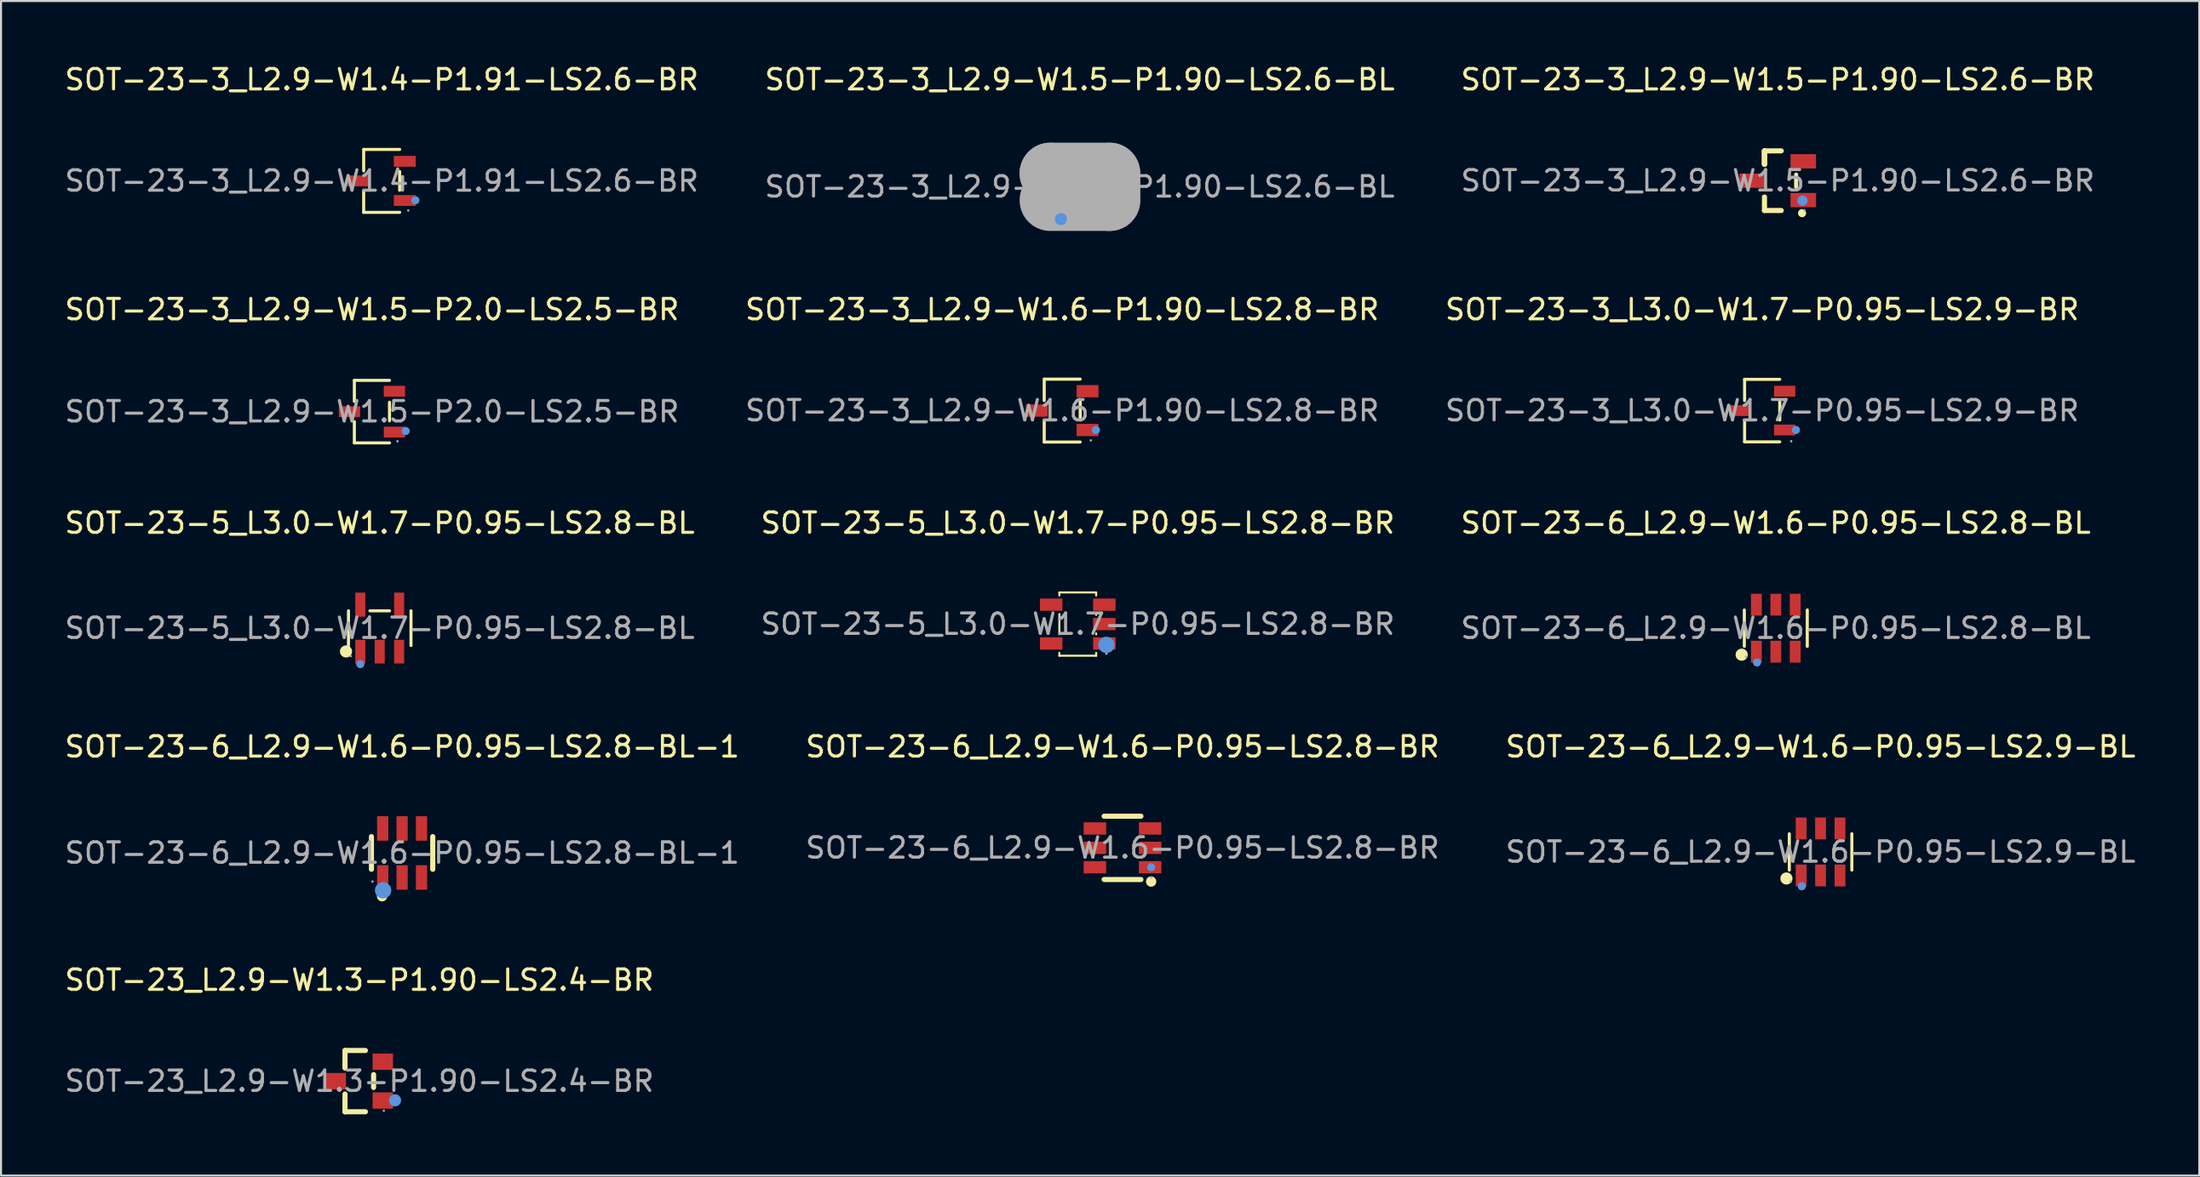
<source format=kicad_pcb>
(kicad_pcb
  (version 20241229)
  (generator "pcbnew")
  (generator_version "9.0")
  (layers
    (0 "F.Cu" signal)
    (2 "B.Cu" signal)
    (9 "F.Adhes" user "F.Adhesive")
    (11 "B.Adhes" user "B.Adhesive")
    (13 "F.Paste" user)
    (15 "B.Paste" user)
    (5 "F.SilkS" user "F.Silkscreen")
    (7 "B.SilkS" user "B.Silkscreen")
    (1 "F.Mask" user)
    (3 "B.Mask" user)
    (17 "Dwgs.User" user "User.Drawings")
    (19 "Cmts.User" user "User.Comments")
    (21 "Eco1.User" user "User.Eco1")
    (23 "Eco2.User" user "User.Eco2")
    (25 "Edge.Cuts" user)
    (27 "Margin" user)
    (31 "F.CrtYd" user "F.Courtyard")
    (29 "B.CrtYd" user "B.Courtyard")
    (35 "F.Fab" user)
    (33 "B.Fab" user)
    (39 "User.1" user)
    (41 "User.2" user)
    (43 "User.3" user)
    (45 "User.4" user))
  (footprint "SOT-23-6_L2.9-W1.6-P0.95-LS2.8-BL"
    (layer "F.Cu")
    (at 83.839 27.71)
    (property "Reference" "SOT-23-6_L2.9-W1.6-P0.95-LS2.8-BL" (at 0 -5.15 0) (layer "F.SilkS") (effects (font (size 1 1) (thickness 0.15))))
    (attr smd)
    (fp_line (start -1.54 0.89) (end -1.54 -0.89) (stroke (width 0.15) (type solid)) (layer "F.SilkS"))
    (fp_line (start 1.54 0.89) (end 1.54 -0.89) (stroke (width 0.15) (type solid)) (layer "F.SilkS"))
    (fp_circle (center -1.67 1.3) (end -1.52 1.3) (stroke (width 0.3) (type solid)) (fill no) (layer "F.SilkS"))
    (fp_circle (center -0.92 1.68) (end -0.82 1.68) (stroke (width 0.2) (type solid)) (fill no) (layer "Cmts.User"))
    (fp_circle (center -1.46 1.4) (end -1.43 1.4) (stroke (width 0.06) (type solid)) (fill no) (layer "F.Fab"))
    (fp_text user "${REFERENCE}" (at 0 0 0) (layer "F.Fab") (effects (font (size 1 1) (thickness 0.15))))
    (pad "1" smd rect (at -0.95 1.15) (size 0.53 1.07) (layers "F.Cu" "F.Mask" "F.Paste"))
    (pad "2" smd rect (at 0 1.15) (size 0.53 1.07) (layers "F.Cu" "F.Mask" "F.Paste"))
    (pad "3" smd rect (at 0.95 1.15) (size 0.53 1.07) (layers "F.Cu" "F.Mask" "F.Paste"))
    (pad "4" smd rect (at 0.95 -1.15) (size 0.53 1.07) (layers "F.Cu" "F.Mask" "F.Paste"))
    (pad "5" smd rect (at 0 -1.15) (size 0.53 1.07) (layers "F.Cu" "F.Mask" "F.Paste"))
    (pad "6" smd rect (at -0.95 -1.15) (size 0.53 1.07) (layers "F.Cu" "F.Mask" "F.Paste")))
  (footprint "SOT-23-3_L2.9-W1.5-P2.0-LS2.5-BR"
    (layer "F.Cu")
    (at 15.149 17.107)
    (property "Reference" "SOT-23-3_L2.9-W1.5-P2.0-LS2.5-BR" (at 0 -5 0) (layer "F.SilkS") (effects (font (size 1 1) (thickness 0.15))))
    (attr smd)
    (fp_line (start -0.86 -1.53) (end -0.86 -0.5) (stroke (width 0.15) (type solid)) (layer "F.SilkS"))
    (fp_line (start -0.86 1.53) (end -0.86 0.49) (stroke (width 0.15) (type solid)) (layer "F.SilkS"))
    (fp_line (start 0.86 -1.53) (end -0.86 -1.53) (stroke (width 0.15) (type solid)) (layer "F.SilkS"))
    (fp_line (start 0.86 -0.46) (end 0.86 0.45) (stroke (width 0.15) (type solid)) (layer "F.SilkS"))
    (fp_line (start 0.86 1.53) (end -0.86 1.53) (stroke (width 0.15) (type solid)) (layer "F.SilkS"))
    (fp_circle (center 1.65 0.95) (end 1.75 0.95) (stroke (width 0.2) (type solid)) (fill no) (layer "Cmts.User"))
    (fp_circle (center 1.25 1.45) (end 1.28 1.45) (stroke (width 0.06) (type solid)) (fill no) (layer "F.Fab"))
    (fp_text user "${REFERENCE}" (at 0 0 0) (layer "F.Fab") (effects (font (size 1 1) (thickness 0.15))))
    (pad "1" smd rect (at 1.1 1) (size 1.04 0.53) (layers "F.Cu" "F.Mask" "F.Paste"))
    (pad "2" smd rect (at 1.1 -1) (size 1.04 0.53) (layers "F.Cu" "F.Mask" "F.Paste"))
    (pad "3" smd rect (at -1.1 0) (size 1.04 0.53) (layers "F.Cu" "F.Mask" "F.Paste")))
  (footprint "SOT-23-3_L3.0-W1.7-P0.95-LS2.9-BR"
    (layer "F.Cu")
    (at 83.173 17.056)
    (property "Reference" "SOT-23-3_L3.0-W1.7-P0.95-LS2.9-BR" (at 0 -4.95 0) (layer "F.SilkS") (effects (font (size 1 1) (thickness 0.15))))
    (attr smd)
    (fp_line (start -0.86 -1.53) (end -0.86 -0.49) (stroke (width 0.15) (type solid)) (layer "F.SilkS"))
    (fp_line (start -0.86 1.53) (end -0.86 0.49) (stroke (width 0.15) (type solid)) (layer "F.SilkS"))
    (fp_line (start 0.86 -1.53) (end -0.86 -1.53) (stroke (width 0.15) (type solid)) (layer "F.SilkS"))
    (fp_line (start 0.86 -0.46) (end 0.86 0.46) (stroke (width 0.15) (type solid)) (layer "F.SilkS"))
    (fp_line (start 0.86 1.53) (end -0.86 1.53) (stroke (width 0.15) (type solid)) (layer "F.SilkS"))
    (fp_circle (center 1.65 0.95) (end 1.75 0.95) (stroke (width 0.2) (type solid)) (fill no) (layer "Cmts.User"))
    (fp_circle (center 1.42 1.5) (end 1.45 1.5) (stroke (width 0.06) (type solid)) (fill no) (layer "F.Fab"))
    (fp_text user "${REFERENCE}" (at 0 0 0) (layer "F.Fab") (effects (font (size 1 1) (thickness 0.15))))
    (pad "1" smd rect (at 1.1 0.95) (size 1.04 0.53) (layers "F.Cu" "F.Mask" "F.Paste"))
    (pad "2" smd rect (at 1.1 -0.95) (size 1.04 0.53) (layers "F.Cu" "F.Mask" "F.Paste"))
    (pad "3" smd rect (at -1.1 0) (size 1.04 0.53) (layers "F.Cu" "F.Mask" "F.Paste")))
  (footprint "SOT-23-3_L2.9-W1.4-P1.91-LS2.6-BR"
    (layer "F.Cu")
    (at 15.625 5.808)
    (property "Reference" "SOT-23-3_L2.9-W1.4-P1.91-LS2.6-BR" (at 0 -4.96 0) (layer "F.SilkS") (effects (font (size 1 1) (thickness 0.15))))
    (attr smd)
    (fp_line (start -0.88 -1.54) (end -0.88 -0.49) (stroke (width 0.15) (type solid)) (layer "F.SilkS"))
    (fp_line (start -0.88 1.54) (end -0.88 0.49) (stroke (width 0.15) (type solid)) (layer "F.SilkS"))
    (fp_line (start 0.88 -1.54) (end -0.88 -1.54) (stroke (width 0.15) (type solid)) (layer "F.SilkS"))
    (fp_line (start 0.88 -0.46) (end 0.88 0.46) (stroke (width 0.15) (type solid)) (layer "F.SilkS"))
    (fp_line (start 0.88 1.54) (end -0.88 1.54) (stroke (width 0.15) (type solid)) (layer "F.SilkS"))
    (fp_circle (center 1.65 0.95) (end 1.75 0.95) (stroke (width 0.2) (type solid)) (fill no) (layer "Cmts.User"))
    (fp_circle (center 1.3 1.45) (end 1.33 1.45) (stroke (width 0.06) (type solid)) (fill no) (layer "F.Fab"))
    (fp_text user "${REFERENCE}" (at 0 0 0) (layer "F.Fab") (effects (font (size 1 1) (thickness 0.15))))
    (pad "1" smd rect (at 1.13 0.96) (size 1.07 0.53) (layers "F.Cu" "F.Mask" "F.Paste"))
    (pad "2" smd rect (at 1.13 -0.96) (size 1.07 0.53) (layers "F.Cu" "F.Mask" "F.Paste"))
    (pad "3" smd rect (at -1.13 0) (size 1.07 0.53) (layers "F.Cu" "F.Mask" "F.Paste")))
  (footprint "SOT-23_L2.9-W1.3-P1.90-LS2.4-BR"
    (layer "F.Cu")
    (at 14.53 49.891)
    (property "Reference" "SOT-23_L2.9-W1.3-P1.90-LS2.4-BR" (at 0 -4.95 0) (layer "F.SilkS") (effects (font (size 1 1) (thickness 0.15))))
    (attr through_hole)
    (fp_line (start -0.7 -1.5) (end 0.3 -1.5) (stroke (width 0.25) (type solid)) (layer "F.SilkS"))
    (fp_line (start -0.7 -0.64) (end -0.7 -1.5) (stroke (width 0.25) (type solid)) (layer "F.SilkS"))
    (fp_line (start -0.7 1.5) (end -0.7 0.63) (stroke (width 0.25) (type solid)) (layer "F.SilkS"))
    (fp_line (start -0.7 1.5) (end 0.3 1.5) (stroke (width 0.25) (type solid)) (layer "F.SilkS"))
    (fp_line (start 0.7 0.31) (end 0.7 -0.32) (stroke (width 0.25) (type solid)) (layer "F.SilkS"))
    (fp_circle (center 1.75 0.94) (end 1.9 0.94) (stroke (width 0.3) (type solid)) (fill no) (layer "Cmts.User"))
    (fp_circle (center 1.2 1.45) (end 1.23 1.45) (stroke (width 0.06) (type solid)) (fill no) (layer "F.Fab"))
    (fp_text user "${REFERENCE}" (at 0 0 0) (layer "F.Fab") (effects (font (size 1 1) (thickness 0.15))))
    (pad "1" smd rect (at 1.15 0.95 180) (size 1 0.8) (layers "F.Cu" "F.Mask" "F.Paste"))
    (pad "2" smd rect (at 1.15 -0.95 180) (size 1 0.8) (layers "F.Cu" "F.Mask" "F.Paste"))
    (pad "3" smd rect (at -1.15 0 180) (size 1 0.8) (layers "F.Cu" "F.Mask" "F.Paste")))
  (footprint "SOT-23-5_L3.0-W1.7-P0.95-LS2.8-BL"
    (layer "F.Cu")
    (at 15.53 27.71)
    (property "Reference" "SOT-23-5_L3.0-W1.7-P0.95-LS2.8-BL" (at 0 -5.15 0) (layer "F.SilkS") (effects (font (size 1 1) (thickness 0.15))))
    (attr smd)
    (fp_line (start -1.53 0.85) (end -1.53 -0.85) (stroke (width 0.15) (type solid)) (layer "F.SilkS"))
    (fp_line (start 0.48 -0.85) (end -0.48 -0.85) (stroke (width 0.15) (type solid)) (layer "F.SilkS"))
    (fp_line (start 1.53 0.85) (end 1.53 -0.85) (stroke (width 0.15) (type solid)) (layer "F.SilkS"))
    (fp_circle (center -1.65 1.14) (end -1.5 1.14) (stroke (width 0.3) (type solid)) (fill no) (layer "F.SilkS"))
    (fp_circle (center -0.95 1.76) (end -0.85 1.76) (stroke (width 0.2) (type solid)) (fill no) (layer "Cmts.User"))
    (fp_circle (center -1.42 1.37) (end -1.39 1.37) (stroke (width 0.06) (type solid)) (fill no) (layer "F.Fab"))
    (fp_text user "${REFERENCE}" (at 0 0 0) (layer "F.Fab") (effects (font (size 1 1) (thickness 0.15))))
    (pad "1" smd rect (at -0.95 1.15) (size 0.49 1.16) (layers "F.Cu" "F.Mask" "F.Paste"))
    (pad "2" smd rect (at 0 1.15) (size 0.49 1.16) (layers "F.Cu" "F.Mask" "F.Paste"))
    (pad "3" smd rect (at 0.95 1.15) (size 0.49 1.16) (layers "F.Cu" "F.Mask" "F.Paste"))
    (pad "4" smd rect (at 0.95 -1.15) (size 0.49 1.18) (layers "F.Cu" "F.Mask" "F.Paste"))
    (pad "5" smd rect (at -0.95 -1.15) (size 0.49 1.18) (layers "F.Cu" "F.Mask" "F.Paste")))
  (footprint "SOT-23-6_L2.9-W1.6-P0.95-LS2.8-BL-1"
    (layer "F.Cu")
    (at 16.625 38.718)
    (property "Reference" "SOT-23-6_L2.9-W1.6-P0.95-LS2.8-BL-1" (at 0 -5.2 0) (layer "F.SilkS") (effects (font (size 1 1) (thickness 0.15))))
    (attr smd)
    (fp_line (start -1.5 0.8) (end -1.5 -0.8) (stroke (width 0.25) (type solid)) (layer "F.SilkS"))
    (fp_line (start 1.5 -0.8) (end 1.5 0.8) (stroke (width 0.25) (type solid)) (layer "F.SilkS"))
    (fp_circle (center -0.98 2.12) (end -0.85 2.12) (stroke (width 0.25) (type solid)) (fill no) (layer "F.SilkS"))
    (fp_circle (center -0.93 1.83) (end -0.73 1.83) (stroke (width 0.4) (type solid)) (fill no) (layer "Cmts.User"))
    (fp_circle (center -1.45 1.4) (end -1.42 1.4) (stroke (width 0.06) (type solid)) (fill no) (layer "F.Fab"))
    (fp_text user "${REFERENCE}" (at 0 0 0) (layer "F.Fab") (effects (font (size 1 1) (thickness 0.15))))
    (pad "1" smd rect (at -0.95 1.2) (size 0.55 1.2) (layers "F.Cu" "F.Mask" "F.Paste"))
    (pad "2" smd rect (at 0 1.2) (size 0.55 1.2) (layers "F.Cu" "F.Mask" "F.Paste"))
    (pad "3" smd rect (at 0.95 1.2) (size 0.55 1.2) (layers "F.Cu" "F.Mask" "F.Paste"))
    (pad "4" smd rect (at 0.95 -1.2) (size 0.55 1.2) (layers "F.Cu" "F.Mask" "F.Paste"))
    (pad "5" smd rect (at 0 -1.2) (size 0.55 1.2) (layers "F.Cu" "F.Mask" "F.Paste"))
    (pad "6" smd rect (at -0.95 -1.2) (size 0.55 1.2) (layers "F.Cu" "F.Mask" "F.Paste")))
  (footprint "SOT-23-6_L2.9-W1.6-P0.95-LS2.9-BL"
    (layer "F.Cu")
    (at 86.03 38.668)
    (property "Reference" "SOT-23-6_L2.9-W1.6-P0.95-LS2.9-BL" (at 0 -5.15 0) (layer "F.SilkS") (effects (font (size 1 1) (thickness 0.15))))
    (attr smd)
    (fp_line (start -1.53 0.89) (end -1.53 -0.89) (stroke (width 0.15) (type solid)) (layer "F.SilkS"))
    (fp_line (start 1.53 0.89) (end 1.53 -0.89) (stroke (width 0.15) (type solid)) (layer "F.SilkS"))
    (fp_circle (center -1.67 1.3) (end -1.52 1.3) (stroke (width 0.3) (type solid)) (fill no) (layer "F.SilkS"))
    (fp_circle (center -0.92 1.68) (end -0.82 1.68) (stroke (width 0.2) (type solid)) (fill no) (layer "Cmts.User"))
    (fp_circle (center -1.45 1.45) (end -1.42 1.45) (stroke (width 0.06) (type solid)) (fill no) (layer "F.Fab"))
    (fp_text user "${REFERENCE}" (at 0 0 0) (layer "F.Fab") (effects (font (size 1 1) (thickness 0.15))))
    (pad "1" smd rect (at -0.95 1.15) (size 0.53 1.07) (layers "F.Cu" "F.Mask" "F.Paste"))
    (pad "2" smd rect (at 0 1.15) (size 0.53 1.07) (layers "F.Cu" "F.Mask" "F.Paste"))
    (pad "3" smd rect (at 0.95 1.15) (size 0.53 1.07) (layers "F.Cu" "F.Mask" "F.Paste"))
    (pad "4" smd rect (at 0.95 -1.15) (size 0.53 1.07) (layers "F.Cu" "F.Mask" "F.Paste"))
    (pad "5" smd rect (at 0 -1.15) (size 0.53 1.07) (layers "F.Cu" "F.Mask" "F.Paste"))
    (pad "6" smd rect (at -0.95 -1.15) (size 0.53 1.07) (layers "F.Cu" "F.Mask" "F.Paste")))
  (footprint "SOT-23-5_L3.0-W1.7-P0.95-LS2.8-BR"
    (layer "F.Cu")
    (at 49.685 27.51)
    (property "Reference" "SOT-23-5_L3.0-W1.7-P0.95-LS2.8-BR" (at 0 -4.95 0) (layer "F.SilkS") (effects (font (size 1 1) (thickness 0.15))))
    (attr smd)
    (fp_line (start -0.9 -1.55) (end -0.9 -1.4) (stroke (width 0.1) (type solid)) (layer "F.SilkS"))
    (fp_line (start -0.9 -1.55) (end 0.9 -1.55) (stroke (width 0.1) (type solid)) (layer "F.SilkS"))
    (fp_line (start -0.9 -0.49) (end -0.9 0.5) (stroke (width 0.1) (type solid)) (layer "F.SilkS"))
    (fp_line (start -0.9 1.41) (end -0.9 1.55) (stroke (width 0.1) (type solid)) (layer "F.SilkS"))
    (fp_line (start -0.9 1.55) (end 0.9 1.55) (stroke (width 0.1) (type solid)) (layer "F.SilkS"))
    (fp_line (start 0.9 -1.55) (end 0.9 -1.4) (stroke (width 0.1) (type solid)) (layer "F.SilkS"))
    (fp_line (start 0.9 -0.49) (end 0.9 -0.45) (stroke (width 0.1) (type solid)) (layer "F.SilkS"))
    (fp_line (start 0.9 0.46) (end 0.9 0.5) (stroke (width 0.1) (type solid)) (layer "F.SilkS"))
    (fp_line (start 0.9 1.41) (end 0.9 1.55) (stroke (width 0.1) (type solid)) (layer "F.SilkS"))
    (fp_circle (center 1.4 1.02) (end 1.6 1.02) (stroke (width 0.4) (type solid)) (fill no) (layer "Cmts.User"))
    (fp_circle (center 1.4 1.45) (end 1.43 1.45) (stroke (width 0.06) (type solid)) (fill no) (layer "F.Fab"))
    (fp_text user "${REFERENCE}" (at 0 0 0) (layer "F.Fab") (effects (font (size 1 1) (thickness 0.15))))
    (pad "1" smd rect (at 1.3 0.95) (size 1.1 0.6) (layers "F.Cu" "F.Mask" "F.Paste"))
    (pad "2" smd rect (at 1.3 0) (size 1.1 0.6) (layers "F.Cu" "F.Mask" "F.Paste"))
    (pad "3" smd rect (at 1.3 -0.95) (size 1.1 0.6) (layers "F.Cu" "F.Mask" "F.Paste"))
    (pad "4" smd rect (at -1.3 -0.95) (size 1.1 0.6) (layers "F.Cu" "F.Mask" "F.Paste"))
    (pad "5" smd rect (at -1.3 0.95) (size 1.1 0.6) (layers "F.Cu" "F.Mask" "F.Paste")))
  (footprint "SOT-23-3_L2.9-W1.5-P1.90-LS2.6-BL"
    (layer "F.Cu")
    (at 49.78 6.098)
    (property "Reference" "SOT-23-3_L2.9-W1.5-P1.90-LS2.6-BL" (at 0 -5.25 0) (layer "F.SilkS") (effects (font (size 1 1) (thickness 0.15))))
    (attr smd)
    (fp_circle (center -0.92 1.58) (end -0.77 1.58) (stroke (width 0.3) (type solid)) (fill no) (layer "Cmts.User"))
    (fp_line (start -1.44 -0.66) (end -1.44 -0.66) (stroke (width 3) (type solid)) (layer "F.Fab"))
    (fp_line (start -1.44 -0.66) (end 1.46 -0.66) (stroke (width 3) (type solid)) (layer "F.Fab"))
    (fp_line (start 1.46 -0.66) (end 1.46 0.66) (stroke (width 3) (type solid)) (layer "F.Fab"))
    (fp_line (start 1.46 0.66) (end -1.44 0.66) (stroke (width 3) (type solid)) (layer "F.Fab"))
    (fp_circle (center -1.45 1.28) (end -1.42 1.28) (stroke (width 0.06) (type solid)) (fill no) (layer "F.Fab"))
    (fp_text user "${REFERENCE}" (at 0 0 0) (layer "F.Fab") (effects (font (size 1 1) (thickness 0.15))))
    (pad "1" smd rect (at -0.95 1.25) (size 0.8 0.8) (layers "F.Cu" "F.Mask" "F.Paste"))
    (pad "2" smd rect (at 0.95 1.25) (size 0.8 0.8) (layers "F.Cu" "F.Mask" "F.Paste"))
    (pad "3" smd rect (at 0 -1.25) (size 0.8 0.8) (layers "F.Cu" "F.Mask" "F.Paste")))
  (footprint "SOT-23-6_L2.9-W1.6-P0.95-LS2.8-BR"
    (layer "F.Cu")
    (at 51.875 38.468)
    (property "Reference" "SOT-23-6_L2.9-W1.6-P0.95-LS2.8-BR" (at 0 -4.95 0) (layer "F.SilkS") (effects (font (size 1 1) (thickness 0.15))))
    (attr smd)
    (fp_line (start -0.9 -1.55) (end 0.9 -1.55) (stroke (width 0.25) (type solid)) (layer "F.SilkS"))
    (fp_line (start -0.9 1.55) (end 0.9 1.55) (stroke (width 0.25) (type solid)) (layer "F.SilkS"))
    (fp_circle (center 1.4 1.65) (end 1.53 1.65) (stroke (width 0.25) (type solid)) (fill no) (layer "F.SilkS"))
    (fp_circle (center 1.4 0.95) (end 1.5 0.95) (stroke (width 0.2) (type solid)) (fill no) (layer "Cmts.User"))
    (fp_circle (center 1.4 1.45) (end 1.43 1.45) (stroke (width 0.06) (type solid)) (fill no) (layer "F.Fab"))
    (fp_text user "${REFERENCE}" (at 0 0 0) (layer "F.Fab") (effects (font (size 1 1) (thickness 0.15))))
    (pad "1" smd rect (at 1.35 0.95) (size 1.1 0.6) (layers "F.Cu" "F.Mask" "F.Paste"))
    (pad "2" smd rect (at 1.35 0) (size 1.1 0.6) (layers "F.Cu" "F.Mask" "F.Paste"))
    (pad "3" smd rect (at 1.35 -0.95) (size 1.1 0.6) (layers "F.Cu" "F.Mask" "F.Paste"))
    (pad "4" smd rect (at -1.35 -0.95) (size 1.1 0.6) (layers "F.Cu" "F.Mask" "F.Paste"))
    (pad "5" smd rect (at -1.35 0) (size 1.1 0.6) (layers "F.Cu" "F.Mask" "F.Paste"))
    (pad "6" smd rect (at -1.35 0.95) (size 1.1 0.6) (layers "F.Cu" "F.Mask" "F.Paste")))
  (footprint "SOT-23-3_L2.9-W1.5-P1.90-LS2.6-BR"
    (layer "F.Cu")
    (at 83.935 5.798)
    (property "Reference" "SOT-23-3_L2.9-W1.5-P1.90-LS2.6-BR" (at 0 -4.95 0) (layer "F.SilkS") (effects (font (size 1 1) (thickness 0.15))))
    (attr smd)
    (fp_line (start -0.65 -1.46) (end -0.65 -0.8) (stroke (width 0.25) (type solid)) (layer "F.SilkS"))
    (fp_line (start -0.65 -1.46) (end 0.17 -1.46) (stroke (width 0.25) (type solid)) (layer "F.SilkS"))
    (fp_line (start -0.65 -0.8) (end -0.65 -1.46) (stroke (width 0.25) (type solid)) (layer "F.SilkS"))
    (fp_line (start -0.65 -0.8) (end -0.65 -1.46) (stroke (width 0.25) (type solid)) (layer "F.SilkS"))
    (fp_line (start -0.65 1.46) (end -0.65 0.8) (stroke (width 0.25) (type solid)) (layer "F.SilkS"))
    (fp_line (start 0.17 1.46) (end -0.65 1.46) (stroke (width 0.25) (type solid)) (layer "F.SilkS"))
    (fp_line (start 0.9 0.3) (end 0.9 -0.3) (stroke (width 0.2) (type solid)) (layer "F.SilkS"))
    (fp_circle (center 1.19 1.59) (end 1.29 1.59) (stroke (width 0.2) (type solid)) (fill no) (layer "F.SilkS"))
    (fp_circle (center 1.21 0.98) (end 1.34 0.98) (stroke (width 0.25) (type solid)) (fill no) (layer "Cmts.User"))
    (fp_circle (center 1.3 1.45) (end 1.33 1.45) (stroke (width 0.06) (type solid)) (fill no) (layer "F.Fab"))
    (fp_text user "${REFERENCE}" (at 0 0 0) (layer "F.Fab") (effects (font (size 1 1) (thickness 0.15))))
    (pad "1" smd rect (at 1.25 0.95 270) (size 0.7 1.25) (layers "F.Cu" "F.Mask" "F.Paste"))
    (pad "2" smd rect (at 1.25 -0.95 270) (size 0.7 1.25) (layers "F.Cu" "F.Mask" "F.Paste"))
    (pad "3" smd rect (at -1.25 0 270) (size 0.7 1.25) (layers "F.Cu" "F.Mask" "F.Paste")))
  (footprint "SOT-23-3_L2.9-W1.6-P1.90-LS2.8-BR"
    (layer "F.Cu")
    (at 48.923 17.056)
    (property "Reference" "SOT-23-3_L2.9-W1.6-P1.90-LS2.8-BR" (at 0 -4.95 0) (layer "F.SilkS") (effects (font (size 1 1) (thickness 0.15))))
    (attr through_hole)
    (fp_line (start -0.88 -1.54) (end -0.88 -0.49) (stroke (width 0.15) (type solid)) (layer "F.SilkS"))
    (fp_line (start -0.88 1.54) (end -0.88 0.49) (stroke (width 0.15) (type solid)) (layer "F.SilkS"))
    (fp_line (start 0.88 -1.54) (end -0.88 -1.54) (stroke (width 0.15) (type solid)) (layer "F.SilkS"))
    (fp_line (start 0.88 -0.46) (end 0.88 0.46) (stroke (width 0.15) (type solid)) (layer "F.SilkS"))
    (fp_line (start 0.88 1.54) (end -0.88 1.54) (stroke (width 0.15) (type solid)) (layer "F.SilkS"))
    (fp_circle (center 1.65 0.95) (end 1.75 0.95) (stroke (width 0.2) (type solid)) (fill no) (layer "Cmts.User"))
    (fp_circle (center 1.4 1.46) (end 1.43 1.46) (stroke (width 0.06) (type solid)) (fill no) (layer "F.Fab"))
    (fp_text user "${REFERENCE}" (at 0 0 0) (layer "F.Fab") (effects (font (size 1 1) (thickness 0.15))))
    (pad "1" smd rect (at 1.24 0.95) (size 1.07 0.6) (layers "F.Cu" "F.Mask" "F.Paste"))
    (pad "2" smd rect (at 1.24 -0.95) (size 1.07 0.6) (layers "F.Cu" "F.Mask" "F.Paste"))
    (pad "3" smd rect (at -1.24 0) (size 1.07 0.6) (layers "F.Cu" "F.Mask" "F.Paste")))
  (gr_rect
    (start -3 -3)
    (end 104.56 54.516)
    (stroke (width 0.1) (type default))
    (fill no)
    (layer "Edge.Cuts")))
</source>
